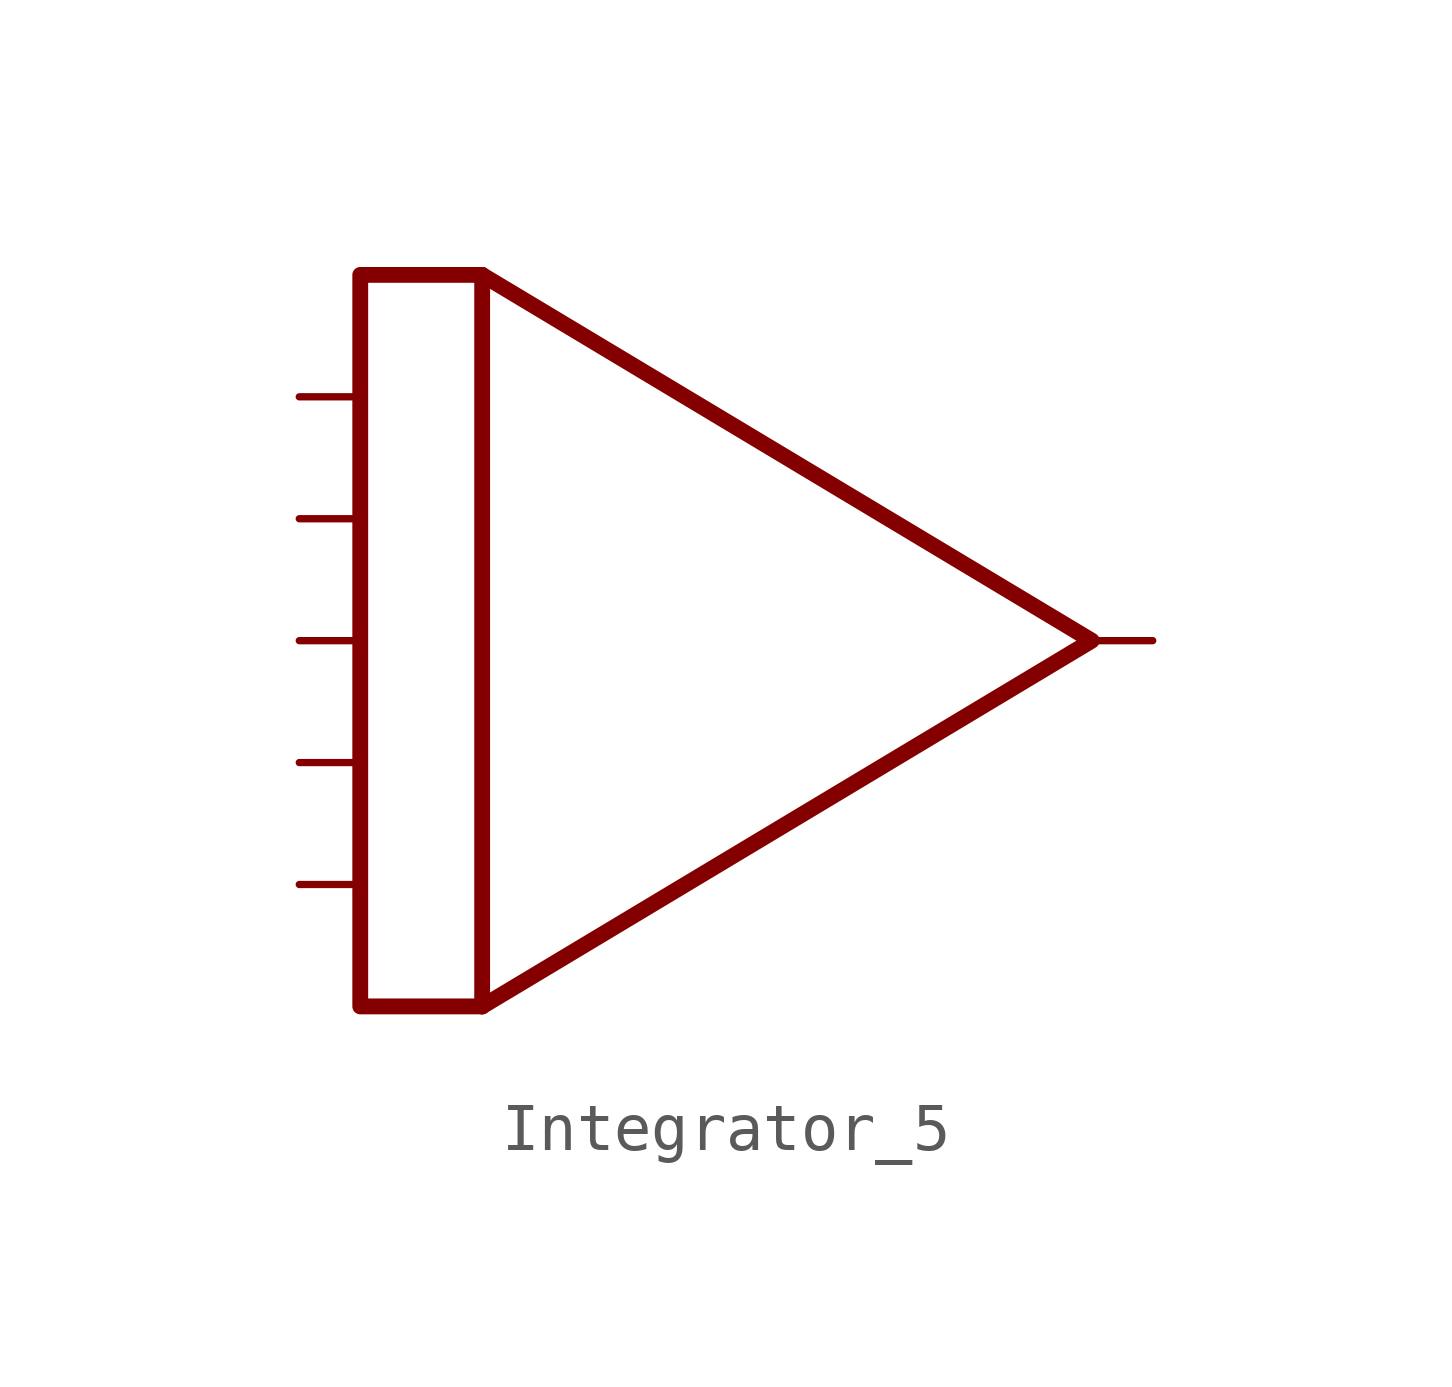
<source format=kicad_sym>
(kicad_symbol_lib
  (version 20211014)
  (generator kicad_symbol_editor)
  (symbol "Integrator_5"
    (property "Reference" "U"
      (at 11.43 10.16 0)
      (effects (font (size 1.27 1.27)) hide))
    (symbol "Integrator_5_0_0"
      (polyline (pts (xy -6.35 7.62) (xy -8.89 7.62) (xy -8.89 -7.62) (xy -6.35 -7.62)) (stroke (width 0.33) (type default) (color 0 0 0 0)) (fill (type none))))
    (symbol "Integrator_5_0_1"
      (polyline (pts (xy -6.35 -7.62) (xy -6.35 7.62)) (stroke (width 0.33) (type default) (color 0 0 0 0)) (fill (type none)))
      (polyline (pts (xy -6.35 7.62) (xy 6.35 0) (xy -6.35 -7.62)) (stroke (width 0.33) (type default) (color 0 0 0 0)) (fill (type none))))
    (symbol "Integrator_5_1_1"
      (pin input line (at -10.16 -5.08 0) (length 1.27) (name "" (effects (font (size 1.27 1.27)))) (number "" (effects (font (size 1.27 1.27)))))
      (pin input line (at -10.16 -2.54 0) (length 1.27) (name "" (effects (font (size 1.27 1.27)))) (number "" (effects (font (size 1.27 1.27)))))
      (pin input line (at -10.16 0 0) (length 1.27) (name "" (effects (font (size 1.27 1.27)))) (number "" (effects (font (size 1.27 1.27)))))
      (pin input line (at -10.16 2.54 0) (length 1.27) (name "" (effects (font (size 1.27 1.27)))) (number "" (effects (font (size 1.27 1.27)))))
      (pin input line (at -10.16 5.08 0) (length 1.27) (name "" (effects (font (size 1.27 1.27)))) (number "" (effects (font (size 1.27 1.27)))))
      (pin output line (at 7.62 0 180) (length 1.27) (name "" (effects (font (size 1.27 1.27)))) (number "" (effects (font (size 1.27 1.27))))))))
</source>
